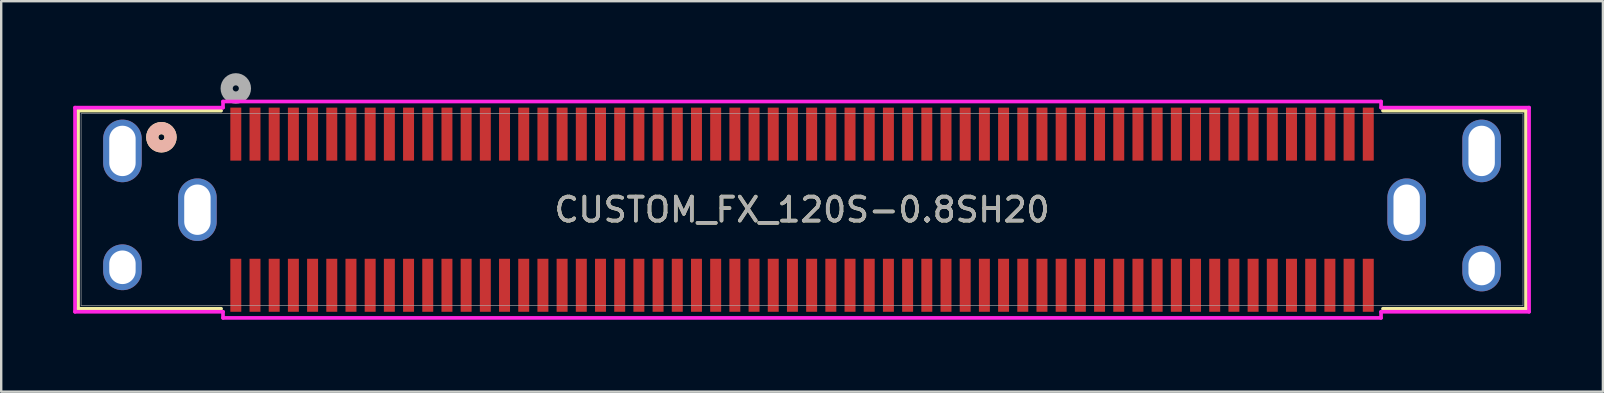
<source format=kicad_pcb>
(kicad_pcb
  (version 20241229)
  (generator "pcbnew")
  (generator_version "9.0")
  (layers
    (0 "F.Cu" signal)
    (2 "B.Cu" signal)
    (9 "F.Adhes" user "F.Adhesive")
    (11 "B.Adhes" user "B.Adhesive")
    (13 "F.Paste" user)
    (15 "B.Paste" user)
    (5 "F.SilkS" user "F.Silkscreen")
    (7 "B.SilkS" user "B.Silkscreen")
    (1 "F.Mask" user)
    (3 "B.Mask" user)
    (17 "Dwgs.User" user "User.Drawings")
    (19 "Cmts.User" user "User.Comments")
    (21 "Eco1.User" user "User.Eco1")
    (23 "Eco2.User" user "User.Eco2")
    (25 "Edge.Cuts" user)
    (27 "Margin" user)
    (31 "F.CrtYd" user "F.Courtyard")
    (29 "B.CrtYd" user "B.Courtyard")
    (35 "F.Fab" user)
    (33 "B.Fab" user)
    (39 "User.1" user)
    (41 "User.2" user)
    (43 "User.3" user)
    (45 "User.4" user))
  (footprint "CUSTOM_FX_120S-0.8SH20"
    (layer "F.Cu")
    (at 30.378 5.69)
    (property "Reference" "CUSTOM_FX_120S-0.8SH20" (at 0 0 0) (unlocked yes) (layer "F.SilkS") (effects (font (size 1 1) (thickness 0.15))))
    (attr smd)
    (fp_line (start -30.175 -4.128) (end -30.175 4.128) (stroke (width 0.152) (type solid)) (layer "F.SilkS"))
    (fp_line (start -30.175 4.128) (end -24.212 4.128) (stroke (width 0.152) (type solid)) (layer "F.SilkS"))
    (fp_line (start -24.212 -4.128) (end -30.175 -4.128) (stroke (width 0.152) (type solid)) (layer "F.SilkS"))
    (fp_line (start 24.212 4.128) (end 30.175 4.128) (stroke (width 0.152) (type solid)) (layer "F.SilkS"))
    (fp_line (start 30.175 -4.128) (end 24.212 -4.128) (stroke (width 0.152) (type solid)) (layer "F.SilkS"))
    (fp_line (start 30.175 4.128) (end 30.175 -4.128) (stroke (width 0.152) (type solid)) (layer "F.SilkS"))
    (fp_circle (center -26.701 -3.02) (end -26.32 -3.02) (stroke (width 0.508) (type solid)) (fill no) (layer "F.SilkS"))
    (fp_circle (center -26.701 -3.02) (end -26.32 -3.02) (stroke (width 0.508) (type solid)) (fill no) (layer "B.SilkS"))
    (fp_line (start -30.302 -4.255) (end -30.302 4.255) (stroke (width 0.152) (type solid)) (layer "F.CrtYd"))
    (fp_line (start -30.302 4.255) (end -24.133 4.255) (stroke (width 0.152) (type solid)) (layer "F.CrtYd"))
    (fp_line (start -24.133 -4.509) (end -24.133 -4.255) (stroke (width 0.152) (type solid)) (layer "F.CrtYd"))
    (fp_line (start -24.133 -4.255) (end -30.302 -4.255) (stroke (width 0.152) (type solid)) (layer "F.CrtYd"))
    (fp_line (start -24.133 4.255) (end -24.133 4.509) (stroke (width 0.152) (type solid)) (layer "F.CrtYd"))
    (fp_line (start -24.133 4.509) (end 24.133 4.509) (stroke (width 0.152) (type solid)) (layer "F.CrtYd"))
    (fp_line (start 24.133 -4.509) (end -24.133 -4.509) (stroke (width 0.152) (type solid)) (layer "F.CrtYd"))
    (fp_line (start 24.133 -4.255) (end 24.133 -4.509) (stroke (width 0.152) (type solid)) (layer "F.CrtYd"))
    (fp_line (start 24.133 4.255) (end 30.302 4.255) (stroke (width 0.152) (type solid)) (layer "F.CrtYd"))
    (fp_line (start 24.133 4.509) (end 24.133 4.255) (stroke (width 0.152) (type solid)) (layer "F.CrtYd"))
    (fp_line (start 30.302 -4.255) (end 24.133 -4.255) (stroke (width 0.152) (type solid)) (layer "F.CrtYd"))
    (fp_line (start 30.302 4.255) (end 30.302 -4.255) (stroke (width 0.152) (type solid)) (layer "F.CrtYd"))
    (fp_line (start -30.048 -4) (end -30.048 4) (stroke (width 0.025) (type solid)) (layer "F.Fab"))
    (fp_line (start -30.048 4) (end 30.048 4) (stroke (width 0.025) (type solid)) (layer "F.Fab"))
    (fp_line (start 30.048 -4) (end -30.048 -4) (stroke (width 0.025) (type solid)) (layer "F.Fab"))
    (fp_line (start 30.048 4) (end 30.048 -4) (stroke (width 0.025) (type solid)) (layer "F.Fab"))
    (fp_circle (center -23.6 -5.055) (end -23.219 -5.055) (stroke (width 0.508) (type solid)) (fill no) (layer "F.Fab"))
    (fp_text user "${REFERENCE}" (at 0 0 0) (unlocked yes) (layer "F.Fab") (effects (font (size 1 1) (thickness 0.15))))
    (pad "1" smd rect (at -23.6 -3.15) (size 0.457 2.21) (layers "F.Cu" "F.Mask" "F.Paste"))
    (pad "2" smd rect (at -22.8 -3.15) (size 0.457 2.21) (layers "F.Cu" "F.Mask" "F.Paste"))
    (pad "3" smd rect (at -22 -3.15) (size 0.457 2.21) (layers "F.Cu" "F.Mask" "F.Paste"))
    (pad "4" smd rect (at -21.2 -3.15) (size 0.457 2.21) (layers "F.Cu" "F.Mask" "F.Paste"))
    (pad "5" smd rect (at -20.4 -3.15) (size 0.457 2.21) (layers "F.Cu" "F.Mask" "F.Paste"))
    (pad "6" smd rect (at -19.6 -3.15) (size 0.457 2.21) (layers "F.Cu" "F.Mask" "F.Paste"))
    (pad "7" smd rect (at -18.8 -3.15) (size 0.457 2.21) (layers "F.Cu" "F.Mask" "F.Paste"))
    (pad "8" smd rect (at -18 -3.15) (size 0.457 2.21) (layers "F.Cu" "F.Mask" "F.Paste"))
    (pad "9" smd rect (at -17.2 -3.15) (size 0.457 2.21) (layers "F.Cu" "F.Mask" "F.Paste"))
    (pad "10" smd rect (at -16.4 -3.15) (size 0.457 2.21) (layers "F.Cu" "F.Mask" "F.Paste"))
    (pad "11" smd rect (at -15.6 -3.15) (size 0.457 2.21) (layers "F.Cu" "F.Mask" "F.Paste"))
    (pad "12" smd rect (at -14.8 -3.15) (size 0.457 2.21) (layers "F.Cu" "F.Mask" "F.Paste"))
    (pad "13" smd rect (at -14 -3.15) (size 0.457 2.21) (layers "F.Cu" "F.Mask" "F.Paste"))
    (pad "14" smd rect (at -13.2 -3.15) (size 0.457 2.21) (layers "F.Cu" "F.Mask" "F.Paste"))
    (pad "15" smd rect (at -12.4 -3.15) (size 0.457 2.21) (layers "F.Cu" "F.Mask" "F.Paste"))
    (pad "16" smd rect (at -11.6 -3.15) (size 0.457 2.21) (layers "F.Cu" "F.Mask" "F.Paste"))
    (pad "17" smd rect (at -10.8 -3.15) (size 0.457 2.21) (layers "F.Cu" "F.Mask" "F.Paste"))
    (pad "18" smd rect (at -10 -3.15) (size 0.457 2.21) (layers "F.Cu" "F.Mask" "F.Paste"))
    (pad "19" smd rect (at -9.2 -3.15) (size 0.457 2.21) (layers "F.Cu" "F.Mask" "F.Paste"))
    (pad "20" smd rect (at -8.4 -3.15) (size 0.457 2.21) (layers "F.Cu" "F.Mask" "F.Paste"))
    (pad "21" smd rect (at -7.6 -3.15) (size 0.457 2.21) (layers "F.Cu" "F.Mask" "F.Paste"))
    (pad "22" smd rect (at -6.8 -3.15) (size 0.457 2.21) (layers "F.Cu" "F.Mask" "F.Paste"))
    (pad "23" smd rect (at -6 -3.15) (size 0.457 2.21) (layers "F.Cu" "F.Mask" "F.Paste"))
    (pad "24" smd rect (at -5.2 -3.15) (size 0.457 2.21) (layers "F.Cu" "F.Mask" "F.Paste"))
    (pad "25" smd rect (at -4.4 -3.15) (size 0.457 2.21) (layers "F.Cu" "F.Mask" "F.Paste"))
    (pad "26" smd rect (at -3.6 -3.15) (size 0.457 2.21) (layers "F.Cu" "F.Mask" "F.Paste"))
    (pad "27" smd rect (at -2.8 -3.15) (size 0.457 2.21) (layers "F.Cu" "F.Mask" "F.Paste"))
    (pad "28" smd rect (at -2 -3.15) (size 0.457 2.21) (layers "F.Cu" "F.Mask" "F.Paste"))
    (pad "29" smd rect (at -1.2 -3.15) (size 0.457 2.21) (layers "F.Cu" "F.Mask" "F.Paste"))
    (pad "30" smd rect (at -0.4 -3.15) (size 0.457 2.21) (layers "F.Cu" "F.Mask" "F.Paste"))
    (pad "31" smd rect (at 0.4 -3.15) (size 0.457 2.21) (layers "F.Cu" "F.Mask" "F.Paste"))
    (pad "32" smd rect (at 1.2 -3.15) (size 0.457 2.21) (layers "F.Cu" "F.Mask" "F.Paste"))
    (pad "33" smd rect (at 2 -3.15) (size 0.457 2.21) (layers "F.Cu" "F.Mask" "F.Paste"))
    (pad "34" smd rect (at 2.8 -3.15) (size 0.457 2.21) (layers "F.Cu" "F.Mask" "F.Paste"))
    (pad "35" smd rect (at 3.6 -3.15) (size 0.457 2.21) (layers "F.Cu" "F.Mask" "F.Paste"))
    (pad "36" smd rect (at 4.4 -3.15) (size 0.457 2.21) (layers "F.Cu" "F.Mask" "F.Paste"))
    (pad "37" smd rect (at 5.2 -3.15) (size 0.457 2.21) (layers "F.Cu" "F.Mask" "F.Paste"))
    (pad "38" smd rect (at 6 -3.15) (size 0.457 2.21) (layers "F.Cu" "F.Mask" "F.Paste"))
    (pad "39" smd rect (at 6.8 -3.15) (size 0.457 2.21) (layers "F.Cu" "F.Mask" "F.Paste"))
    (pad "40" smd rect (at 7.6 -3.15) (size 0.457 2.21) (layers "F.Cu" "F.Mask" "F.Paste"))
    (pad "41" smd rect (at 8.4 -3.15) (size 0.457 2.21) (layers "F.Cu" "F.Mask" "F.Paste"))
    (pad "42" smd rect (at 9.2 -3.15) (size 0.457 2.21) (layers "F.Cu" "F.Mask" "F.Paste"))
    (pad "43" smd rect (at 10 -3.15) (size 0.457 2.21) (layers "F.Cu" "F.Mask" "F.Paste"))
    (pad "44" smd rect (at 10.8 -3.15) (size 0.457 2.21) (layers "F.Cu" "F.Mask" "F.Paste"))
    (pad "45" smd rect (at 11.6 -3.15) (size 0.457 2.21) (layers "F.Cu" "F.Mask" "F.Paste"))
    (pad "46" smd rect (at 12.4 -3.15) (size 0.457 2.21) (layers "F.Cu" "F.Mask" "F.Paste"))
    (pad "47" smd rect (at 13.2 -3.15) (size 0.457 2.21) (layers "F.Cu" "F.Mask" "F.Paste"))
    (pad "48" smd rect (at 14 -3.15) (size 0.457 2.21) (layers "F.Cu" "F.Mask" "F.Paste"))
    (pad "49" smd rect (at 14.8 -3.15) (size 0.457 2.21) (layers "F.Cu" "F.Mask" "F.Paste"))
    (pad "50" smd rect (at 15.6 -3.15) (size 0.457 2.21) (layers "F.Cu" "F.Mask" "F.Paste"))
    (pad "51" smd rect (at 16.4 -3.15) (size 0.457 2.21) (layers "F.Cu" "F.Mask" "F.Paste"))
    (pad "52" smd rect (at 17.2 -3.15) (size 0.457 2.21) (layers "F.Cu" "F.Mask" "F.Paste"))
    (pad "53" smd rect (at 18 -3.15) (size 0.457 2.21) (layers "F.Cu" "F.Mask" "F.Paste"))
    (pad "54" smd rect (at 18.8 -3.15) (size 0.457 2.21) (layers "F.Cu" "F.Mask" "F.Paste"))
    (pad "55" smd rect (at 19.6 -3.15) (size 0.457 2.21) (layers "F.Cu" "F.Mask" "F.Paste"))
    (pad "56" smd rect (at 20.4 -3.15) (size 0.457 2.21) (layers "F.Cu" "F.Mask" "F.Paste"))
    (pad "57" smd rect (at 21.2 -3.15) (size 0.457 2.21) (layers "F.Cu" "F.Mask" "F.Paste"))
    (pad "58" smd rect (at 22 -3.15) (size 0.457 2.21) (layers "F.Cu" "F.Mask" "F.Paste"))
    (pad "59" smd rect (at 22.8 -3.15) (size 0.457 2.21) (layers "F.Cu" "F.Mask" "F.Paste"))
    (pad "60" smd rect (at 23.6 -3.15) (size 0.457 2.21) (layers "F.Cu" "F.Mask" "F.Paste"))
    (pad "61" smd rect (at -23.6 3.15) (size 0.457 2.21) (layers "F.Cu" "F.Mask" "F.Paste"))
    (pad "62" smd rect (at -22.8 3.15) (size 0.457 2.21) (layers "F.Cu" "F.Mask" "F.Paste"))
    (pad "63" smd rect (at -22 3.15) (size 0.457 2.21) (layers "F.Cu" "F.Mask" "F.Paste"))
    (pad "64" smd rect (at -21.2 3.15) (size 0.457 2.21) (layers "F.Cu" "F.Mask" "F.Paste"))
    (pad "65" smd rect (at -20.4 3.15) (size 0.457 2.21) (layers "F.Cu" "F.Mask" "F.Paste"))
    (pad "66" smd rect (at -19.6 3.15) (size 0.457 2.21) (layers "F.Cu" "F.Mask" "F.Paste"))
    (pad "67" smd rect (at -18.8 3.15) (size 0.457 2.21) (layers "F.Cu" "F.Mask" "F.Paste"))
    (pad "68" smd rect (at -18 3.15) (size 0.457 2.21) (layers "F.Cu" "F.Mask" "F.Paste"))
    (pad "69" smd rect (at -17.2 3.15) (size 0.457 2.21) (layers "F.Cu" "F.Mask" "F.Paste"))
    (pad "70" smd rect (at -16.4 3.15) (size 0.457 2.21) (layers "F.Cu" "F.Mask" "F.Paste"))
    (pad "71" smd rect (at -15.6 3.15) (size 0.457 2.21) (layers "F.Cu" "F.Mask" "F.Paste"))
    (pad "72" smd rect (at -14.8 3.15) (size 0.457 2.21) (layers "F.Cu" "F.Mask" "F.Paste"))
    (pad "73" smd rect (at -14 3.15) (size 0.457 2.21) (layers "F.Cu" "F.Mask" "F.Paste"))
    (pad "74" smd rect (at -13.2 3.15) (size 0.457 2.21) (layers "F.Cu" "F.Mask" "F.Paste"))
    (pad "75" smd rect (at -12.4 3.15) (size 0.457 2.21) (layers "F.Cu" "F.Mask" "F.Paste"))
    (pad "76" smd rect (at -11.6 3.15) (size 0.457 2.21) (layers "F.Cu" "F.Mask" "F.Paste"))
    (pad "77" smd rect (at -10.8 3.15) (size 0.457 2.21) (layers "F.Cu" "F.Mask" "F.Paste"))
    (pad "78" smd rect (at -10 3.15) (size 0.457 2.21) (layers "F.Cu" "F.Mask" "F.Paste"))
    (pad "79" smd rect (at -9.2 3.15) (size 0.457 2.21) (layers "F.Cu" "F.Mask" "F.Paste"))
    (pad "80" smd rect (at -8.4 3.15) (size 0.457 2.21) (layers "F.Cu" "F.Mask" "F.Paste"))
    (pad "81" smd rect (at -7.6 3.15) (size 0.457 2.21) (layers "F.Cu" "F.Mask" "F.Paste"))
    (pad "82" smd rect (at -6.8 3.15) (size 0.457 2.21) (layers "F.Cu" "F.Mask" "F.Paste"))
    (pad "83" smd rect (at -6 3.15) (size 0.457 2.21) (layers "F.Cu" "F.Mask" "F.Paste"))
    (pad "84" smd rect (at -5.2 3.15) (size 0.457 2.21) (layers "F.Cu" "F.Mask" "F.Paste"))
    (pad "85" smd rect (at -4.4 3.15) (size 0.457 2.21) (layers "F.Cu" "F.Mask" "F.Paste"))
    (pad "86" smd rect (at -3.6 3.15) (size 0.457 2.21) (layers "F.Cu" "F.Mask" "F.Paste"))
    (pad "87" smd rect (at -2.8 3.15) (size 0.457 2.21) (layers "F.Cu" "F.Mask" "F.Paste"))
    (pad "88" smd rect (at -2 3.15) (size 0.457 2.21) (layers "F.Cu" "F.Mask" "F.Paste"))
    (pad "89" smd rect (at -1.2 3.15) (size 0.457 2.21) (layers "F.Cu" "F.Mask" "F.Paste"))
    (pad "90" smd rect (at -0.4 3.15) (size 0.457 2.21) (layers "F.Cu" "F.Mask" "F.Paste"))
    (pad "91" smd rect (at 0.4 3.15) (size 0.457 2.21) (layers "F.Cu" "F.Mask" "F.Paste"))
    (pad "92" smd rect (at 1.2 3.15) (size 0.457 2.21) (layers "F.Cu" "F.Mask" "F.Paste"))
    (pad "93" smd rect (at 2 3.15) (size 0.457 2.21) (layers "F.Cu" "F.Mask" "F.Paste"))
    (pad "94" smd rect (at 2.8 3.15) (size 0.457 2.21) (layers "F.Cu" "F.Mask" "F.Paste"))
    (pad "95" smd rect (at 3.6 3.15) (size 0.457 2.21) (layers "F.Cu" "F.Mask" "F.Paste"))
    (pad "96" smd rect (at 4.4 3.15) (size 0.457 2.21) (layers "F.Cu" "F.Mask" "F.Paste"))
    (pad "97" smd rect (at 5.2 3.15) (size 0.457 2.21) (layers "F.Cu" "F.Mask" "F.Paste"))
    (pad "98" smd rect (at 6 3.15) (size 0.457 2.21) (layers "F.Cu" "F.Mask" "F.Paste"))
    (pad "99" smd rect (at 6.8 3.15) (size 0.457 2.21) (layers "F.Cu" "F.Mask" "F.Paste"))
    (pad "100" smd rect (at 7.6 3.15) (size 0.457 2.21) (layers "F.Cu" "F.Mask" "F.Paste"))
    (pad "101" smd rect (at 8.4 3.15) (size 0.457 2.21) (layers "F.Cu" "F.Mask" "F.Paste"))
    (pad "102" smd rect (at 9.2 3.15) (size 0.457 2.21) (layers "F.Cu" "F.Mask" "F.Paste"))
    (pad "103" smd rect (at 10 3.15) (size 0.457 2.21) (layers "F.Cu" "F.Mask" "F.Paste"))
    (pad "104" smd rect (at 10.8 3.15) (size 0.457 2.21) (layers "F.Cu" "F.Mask" "F.Paste"))
    (pad "105" smd rect (at 11.6 3.15) (size 0.457 2.21) (layers "F.Cu" "F.Mask" "F.Paste"))
    (pad "106" smd rect (at 12.4 3.15) (size 0.457 2.21) (layers "F.Cu" "F.Mask" "F.Paste"))
    (pad "107" smd rect (at 13.2 3.15) (size 0.457 2.21) (layers "F.Cu" "F.Mask" "F.Paste"))
    (pad "108" smd rect (at 14 3.15) (size 0.457 2.21) (layers "F.Cu" "F.Mask" "F.Paste"))
    (pad "109" smd rect (at 14.8 3.15) (size 0.457 2.21) (layers "F.Cu" "F.Mask" "F.Paste"))
    (pad "110" smd rect (at 15.6 3.15) (size 0.457 2.21) (layers "F.Cu" "F.Mask" "F.Paste"))
    (pad "111" smd rect (at 16.4 3.15) (size 0.457 2.21) (layers "F.Cu" "F.Mask" "F.Paste"))
    (pad "112" smd rect (at 17.2 3.15) (size 0.457 2.21) (layers "F.Cu" "F.Mask" "F.Paste"))
    (pad "113" smd rect (at 18 3.15) (size 0.457 2.21) (layers "F.Cu" "F.Mask" "F.Paste"))
    (pad "114" smd rect (at 18.8 3.15) (size 0.457 2.21) (layers "F.Cu" "F.Mask" "F.Paste"))
    (pad "115" smd rect (at 19.6 3.15) (size 0.457 2.21) (layers "F.Cu" "F.Mask" "F.Paste"))
    (pad "116" smd rect (at 20.4 3.15) (size 0.457 2.21) (layers "F.Cu" "F.Mask" "F.Paste"))
    (pad "117" smd rect (at 21.2 3.15) (size 0.457 2.21) (layers "F.Cu" "F.Mask" "F.Paste"))
    (pad "118" smd rect (at 22 3.15) (size 0.457 2.21) (layers "F.Cu" "F.Mask" "F.Paste"))
    (pad "119" smd rect (at 22.8 3.15) (size 0.457 2.21) (layers "F.Cu" "F.Mask" "F.Paste"))
    (pad "120" smd rect (at 23.6 3.15) (size 0.457 2.21) (layers "F.Cu" "F.Mask" "F.Paste"))
    (pad "121" thru_hole oval (at -28.325 2.4 90) (size 1.908 1.608) (drill oval 1.4 1.1) (layers "*.Cu" "*.Mask"))
    (pad "122" thru_hole oval (at -28.325 -2.45 90) (size 2.608 1.608) (drill oval 2.1 1.1) (layers "*.Cu" "*.Mask"))
    (pad "123" thru_hole oval (at -25.2 0 90) (size 2.608 1.608) (drill oval 2.1 1.1) (layers "*.Cu" "*.Mask"))
    (pad "124" thru_hole oval (at 25.2 0 90) (size 2.608 1.608) (drill oval 2.1 1.1) (layers "*.Cu" "*.Mask"))
    (pad "125" thru_hole oval (at 28.325 2.45 90) (size 1.908 1.608) (drill oval 1.4 1.1) (layers "*.Cu" "*.Mask"))
    (pad "126" thru_hole oval (at 28.325 -2.45 90) (size 2.608 1.608) (drill oval 2.1 1.1) (layers "*.Cu" "*.Mask")))
  (gr_rect
    (start -3 -3)
    (end 63.757 13.275)
    (stroke (width 0.1) (type default))
    (fill no)
    (layer "Edge.Cuts")))
</source>
